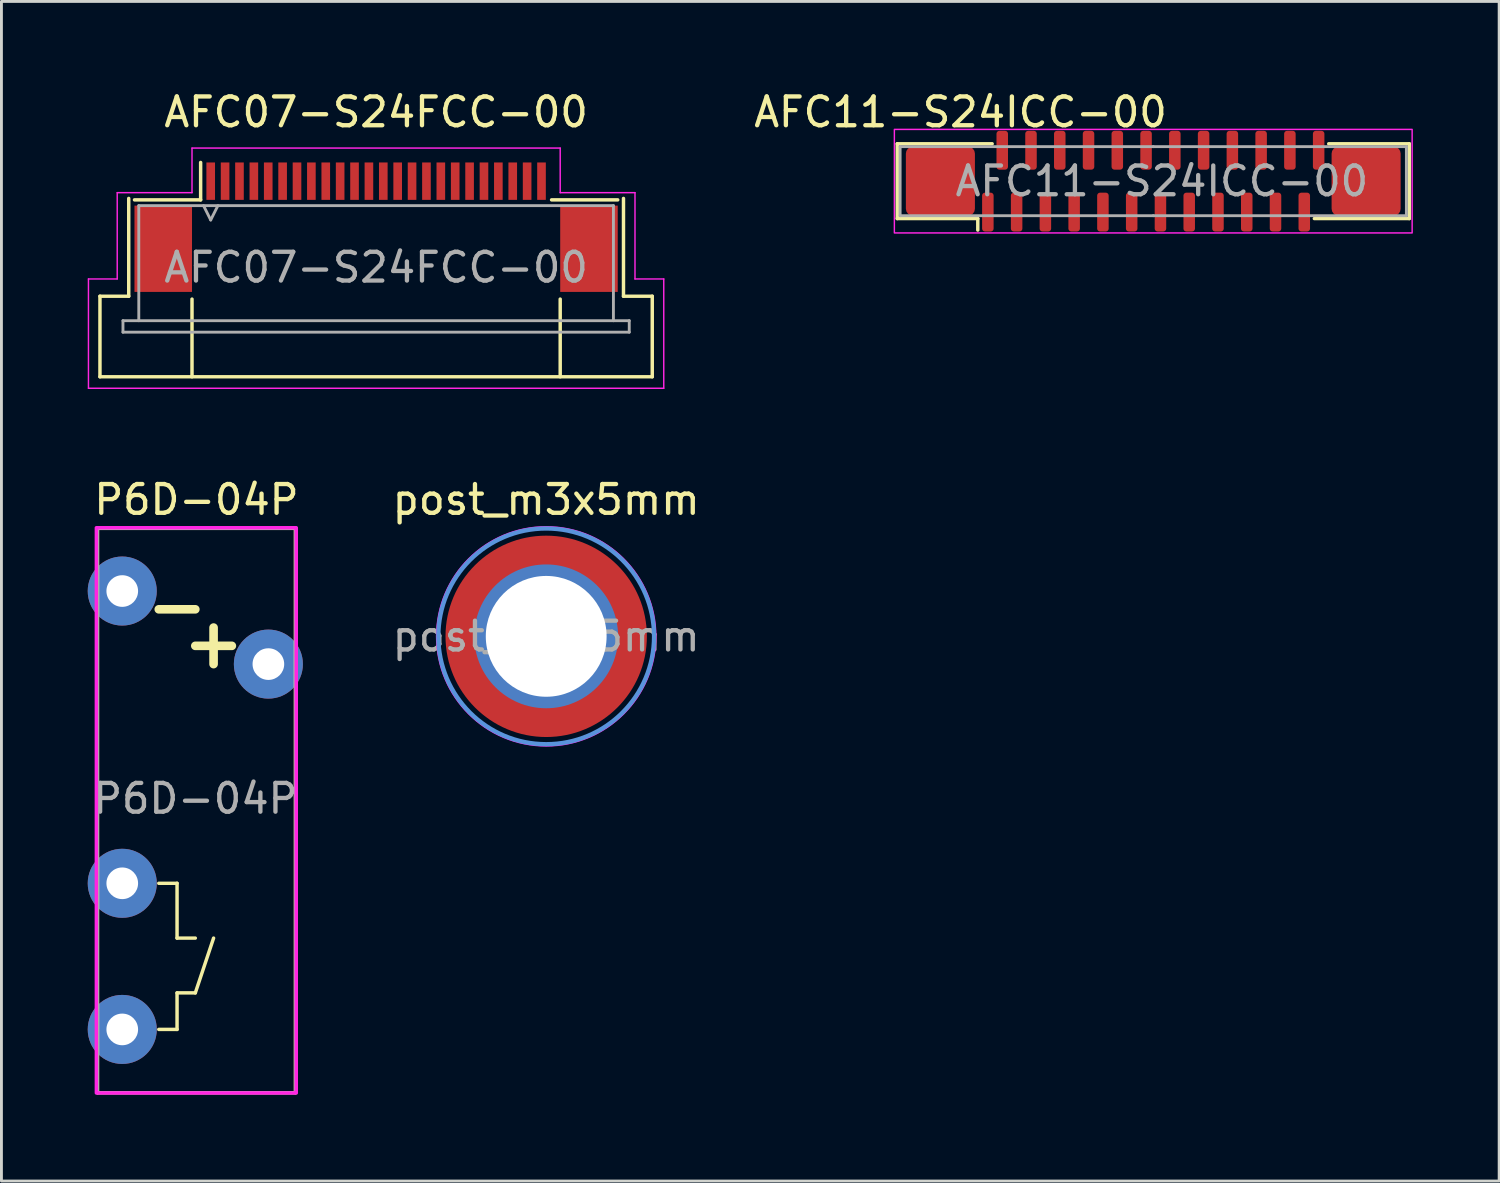
<source format=kicad_pcb>
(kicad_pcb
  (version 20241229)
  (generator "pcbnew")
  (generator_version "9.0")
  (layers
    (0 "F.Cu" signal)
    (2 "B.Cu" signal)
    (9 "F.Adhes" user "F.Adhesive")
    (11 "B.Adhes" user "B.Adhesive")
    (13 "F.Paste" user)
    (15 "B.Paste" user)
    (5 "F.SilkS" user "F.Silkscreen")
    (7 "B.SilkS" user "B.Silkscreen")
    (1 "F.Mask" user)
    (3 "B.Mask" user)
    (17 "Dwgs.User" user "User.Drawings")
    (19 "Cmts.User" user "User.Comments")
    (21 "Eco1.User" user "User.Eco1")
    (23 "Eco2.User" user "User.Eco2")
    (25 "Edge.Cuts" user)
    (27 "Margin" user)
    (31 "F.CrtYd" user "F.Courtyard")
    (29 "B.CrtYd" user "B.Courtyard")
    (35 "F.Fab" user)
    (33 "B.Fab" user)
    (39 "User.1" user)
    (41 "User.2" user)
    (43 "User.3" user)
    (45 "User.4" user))
  (footprint "P6D-04P"
    (layer "F.Cu")
    (at 1.2 17.497)
    (property "Reference" "P6D-04P" (at 2.58 -3.175 0) (unlocked yes) (layer "F.SilkS") (effects (font (size 1 1) (thickness 0.15))))
    (attr through_hole)
    (fp_line (start -0.86 -2.18) (end 6.02 -2.18) (stroke (width 0.12) (type solid)) (layer "F.SilkS"))
    (fp_line (start -0.86 17.44) (end -0.86 -2.18) (stroke (width 0.12) (type solid)) (layer "F.SilkS"))
    (fp_line (start 1.27 0.635) (end 2.54 0.635) (stroke (width 0.3) (type solid)) (layer "F.SilkS"))
    (fp_line (start 1.27 10.16) (end 1.905 10.16) (stroke (width 0.12) (type solid)) (layer "F.SilkS"))
    (fp_line (start 1.905 10.16) (end 1.905 12.065) (stroke (width 0.12) (type solid)) (layer "F.SilkS"))
    (fp_line (start 1.905 12.065) (end 2.54 12.065) (stroke (width 0.12) (type solid)) (layer "F.SilkS"))
    (fp_line (start 1.905 13.97) (end 1.905 15.24) (stroke (width 0.12) (type solid)) (layer "F.SilkS"))
    (fp_line (start 1.905 13.97) (end 2.54 13.97) (stroke (width 0.12) (type solid)) (layer "F.SilkS"))
    (fp_line (start 1.905 15.24) (end 1.27 15.24) (stroke (width 0.12) (type solid)) (layer "F.SilkS"))
    (fp_line (start 2.54 1.905) (end 3.81 1.905) (stroke (width 0.3) (type solid)) (layer "F.SilkS"))
    (fp_line (start 2.54 13.97) (end 3.175 12.065) (stroke (width 0.12) (type solid)) (layer "F.SilkS"))
    (fp_line (start 3.175 1.27) (end 3.175 2.54) (stroke (width 0.3) (type solid)) (layer "F.SilkS"))
    (fp_line (start 6.02 -2.18) (end 6.02 17.44) (stroke (width 0.12) (type solid)) (layer "F.SilkS"))
    (fp_line (start 6.02 17.44) (end -0.86 17.44) (stroke (width 0.12) (type solid)) (layer "F.SilkS"))
    (fp_rect (start 6.05 17.45) (end -0.9 -2.2) (stroke (width 0.12) (type solid)) (fill no) (layer "F.CrtYd"))
    (fp_line (start -0.86 -2.18) (end 6.02 -2.18) (stroke (width 0.1) (type solid)) (layer "F.Fab"))
    (fp_line (start -0.86 17.44) (end -0.86 -2.18) (stroke (width 0.1) (type solid)) (layer "F.Fab"))
    (fp_line (start 6.02 -2.18) (end 6.02 17.44) (stroke (width 0.1) (type solid)) (layer "F.Fab"))
    (fp_line (start 6.02 17.44) (end -0.86 17.44) (stroke (width 0.1) (type solid)) (layer "F.Fab"))
    (fp_text user "${REFERENCE}" (at 2.54 7.215 0) (unlocked yes) (layer "F.Fab") (effects (font (size 1 1) (thickness 0.15))))
    (pad "1" thru_hole circle (at 0 0) (size 2.4 2.4) (drill 1.1) (layers "*.Cu" "*.Mask"))
    (pad "5" thru_hole circle (at 0 10.16) (size 2.4 2.4) (drill 1.1) (layers "*.Cu" "*.Mask"))
    (pad "7" thru_hole circle (at 0 15.24) (size 2.4 2.4) (drill 1.1) (layers "*.Cu" "*.Mask"))
    (pad "13" thru_hole circle (at 5.08 2.54) (size 2.4 2.4) (drill 1.1) (layers "*.Cu" "*.Mask")))
  (footprint "AFC11-S24ICC-00"
    (layer "F.Cu")
    (at 37.042 3.248)
    (property "Reference" "AFC11-S24ICC-00" (at -6.7 -2.4 0) (unlocked yes) (layer "F.SilkS") (effects (font (size 1 1) (thickness 0.15))))
    (attr smd)
    (fp_line (start -8.9 -1.3) (end -5.6 -1.3) (stroke (width 0.12) (type solid)) (layer "F.SilkS"))
    (fp_line (start -8.9 1.3) (end -8.9 -1.3) (stroke (width 0.12) (type solid)) (layer "F.SilkS"))
    (fp_line (start -6.1 1.3) (end -8.9 1.3) (stroke (width 0.12) (type solid)) (layer "F.SilkS"))
    (fp_line (start -6.1 1.7) (end -6.1 1.3) (stroke (width 0.12) (type solid)) (layer "F.SilkS"))
    (fp_line (start 6.1 -1.3) (end 8.9 -1.3) (stroke (width 0.12) (type solid)) (layer "F.SilkS"))
    (fp_line (start 8.9 -1.3) (end 8.9 1.3) (stroke (width 0.12) (type solid)) (layer "F.SilkS"))
    (fp_line (start 8.9 1.3) (end 5.6 1.3) (stroke (width 0.12) (type solid)) (layer "F.SilkS"))
    (fp_rect (start -9 -1.8) (end 9 1.8) (stroke (width 0.05) (type solid)) (fill no) (layer "F.CrtYd"))
    (fp_line (start -8.8 -1.2) (end -8.8 1.2) (stroke (width 0.1) (type solid)) (layer "F.Fab"))
    (fp_line (start -8.8 1.2) (end 0 1.2) (stroke (width 0.1) (type solid)) (layer "F.Fab"))
    (fp_line (start 0 -1.2) (end -8.8 -1.2) (stroke (width 0.1) (type solid)) (layer "F.Fab"))
    (fp_line (start 0 1.2) (end 8.8 1.2) (stroke (width 0.1) (type solid)) (layer "F.Fab"))
    (fp_line (start 8.8 -1.2) (end 0 -1.2) (stroke (width 0.1) (type solid)) (layer "F.Fab"))
    (fp_line (start 8.8 1.2) (end 8.8 -1.2) (stroke (width 0.1) (type solid)) (layer "F.Fab"))
    (fp_text user "${REFERENCE}" (at 0.3 0 0) (unlocked yes) (layer "F.Fab") (effects (font (size 1 1) (thickness 0.15))))
    (pad "1" smd roundrect (at -5.75 1.075 180) (size 0.4 1.35) (layers "F.Cu" "F.Mask" "F.Paste") (roundrect_rratio 0.25))
    (pad "2" smd roundrect (at -5.25 -1.075 180) (size 0.4 1.35) (layers "F.Cu" "F.Mask" "F.Paste") (roundrect_rratio 0.25))
    (pad "3" smd roundrect (at -4.75 1.075 180) (size 0.4 1.35) (layers "F.Cu" "F.Mask" "F.Paste") (roundrect_rratio 0.25))
    (pad "4" smd roundrect (at -4.25 -1.075 180) (size 0.4 1.35) (layers "F.Cu" "F.Mask" "F.Paste") (roundrect_rratio 0.25))
    (pad "5" smd roundrect (at -3.75 1.075 180) (size 0.4 1.35) (layers "F.Cu" "F.Mask" "F.Paste") (roundrect_rratio 0.25))
    (pad "6" smd roundrect (at -3.25 -1.075 180) (size 0.4 1.35) (layers "F.Cu" "F.Mask" "F.Paste") (roundrect_rratio 0.25))
    (pad "7" smd roundrect (at -2.75 1.075 180) (size 0.4 1.35) (layers "F.Cu" "F.Mask" "F.Paste") (roundrect_rratio 0.25))
    (pad "8" smd roundrect (at -2.25 -1.075 180) (size 0.4 1.35) (layers "F.Cu" "F.Mask" "F.Paste") (roundrect_rratio 0.25))
    (pad "9" smd roundrect (at -1.75 1.075 180) (size 0.4 1.35) (layers "F.Cu" "F.Mask" "F.Paste") (roundrect_rratio 0.25))
    (pad "10" smd roundrect (at -1.25 -1.075 180) (size 0.4 1.35) (layers "F.Cu" "F.Mask" "F.Paste") (roundrect_rratio 0.25))
    (pad "11" smd roundrect (at -0.75 1.075 180) (size 0.4 1.35) (layers "F.Cu" "F.Mask" "F.Paste") (roundrect_rratio 0.25))
    (pad "12" smd roundrect (at -0.25 -1.075 180) (size 0.4 1.35) (layers "F.Cu" "F.Mask" "F.Paste") (roundrect_rratio 0.25))
    (pad "13" smd roundrect (at 0.25 1.075 180) (size 0.4 1.35) (layers "F.Cu" "F.Mask" "F.Paste") (roundrect_rratio 0.25))
    (pad "14" smd roundrect (at 0.75 -1.075 180) (size 0.4 1.35) (layers "F.Cu" "F.Mask" "F.Paste") (roundrect_rratio 0.25))
    (pad "15" smd roundrect (at 1.25 1.075 180) (size 0.4 1.35) (layers "F.Cu" "F.Mask" "F.Paste") (roundrect_rratio 0.25))
    (pad "16" smd roundrect (at 1.75 -1.075 180) (size 0.4 1.35) (layers "F.Cu" "F.Mask" "F.Paste") (roundrect_rratio 0.25))
    (pad "17" smd roundrect (at 2.25 1.075 180) (size 0.4 1.35) (layers "F.Cu" "F.Mask" "F.Paste") (roundrect_rratio 0.25))
    (pad "18" smd roundrect (at 2.75 -1.075 180) (size 0.4 1.35) (layers "F.Cu" "F.Mask" "F.Paste") (roundrect_rratio 0.25))
    (pad "19" smd roundrect (at 3.25 1.075 180) (size 0.4 1.35) (layers "F.Cu" "F.Mask" "F.Paste") (roundrect_rratio 0.25))
    (pad "20" smd roundrect (at 3.75 -1.075 180) (size 0.4 1.35) (layers "F.Cu" "F.Mask" "F.Paste") (roundrect_rratio 0.25))
    (pad "21" smd roundrect (at 4.25 1.075 180) (size 0.4 1.35) (layers "F.Cu" "F.Mask" "F.Paste") (roundrect_rratio 0.25))
    (pad "22" smd roundrect (at 4.75 -1.075 180) (size 0.4 1.35) (layers "F.Cu" "F.Mask" "F.Paste") (roundrect_rratio 0.25))
    (pad "23" smd roundrect (at 5.25 1.075 180) (size 0.4 1.35) (layers "F.Cu" "F.Mask" "F.Paste") (roundrect_rratio 0.25))
    (pad "24" smd roundrect (at 5.75 -1.075 180) (size 0.4 1.35) (layers "F.Cu" "F.Mask" "F.Paste") (roundrect_rratio 0.25))
    (pad "MP" smd roundrect (at -7.4 0 180) (size 2.4 2.4) (layers "F.Cu" "F.Mask" "F.Paste") (roundrect_rratio 0.1))
    (pad "MP" smd roundrect (at 7.4 0 180) (size 2.4 2.4) (layers "F.Cu" "F.Mask" "F.Paste") (roundrect_rratio 0.1)))
  (footprint "post_m3x5mm"
    (layer "F.Cu")
    (at 15.938 19.072)
    (property "Reference" "post_m3x5mm" (at 0 -4.75 0) (layer "F.SilkS") (effects (font (size 1 1) (thickness 0.15))))
    (attr exclude_from_pos_files exclude_from_bom)
    (fp_poly (pts (arc (start -2.2 0.2) (mid -1.614214 1.614214) (end -0.2 2.2)) (arc (start -0.2 3.4) (mid -2.462742 2.462742) (end -3.4 0.2))) (stroke (width 0.12) (type solid)) (fill yes) (layer "F.Paste"))
    (fp_poly (pts (arc (start -0.2 -2.2) (mid -1.614214 -1.614214) (end -2.2 -0.2)) (arc (start -3.4 -0.2) (mid -2.462742 -2.462742) (end -0.2 -3.4))) (stroke (width 0.12) (type solid)) (fill yes) (layer "F.Paste"))
    (fp_poly (pts (arc (start 0.2 2.2) (mid 1.614214 1.614214) (end 2.2 0.2)) (arc (start 3.4 0.2) (mid 2.462742 2.462742) (end 0.2 3.4))) (stroke (width 0.12) (type solid)) (fill yes) (layer "F.Paste"))
    (fp_poly (pts (arc (start 2.2 -0.2) (mid 1.614214 -1.614214) (end 0.2 -2.2)) (arc (start 0.2 -3.4) (mid 2.462742 -2.462742) (end 3.4 -0.2))) (stroke (width 0.12) (type solid)) (fill yes) (layer "F.Paste"))
    (fp_circle (center 0 0) (end 3.75 0) (stroke (width 0.15) (type solid)) (fill no) (layer "Cmts.User"))
    (fp_circle (center 0 0) (end 3.81 0) (stroke (width 0.05) (type solid)) (fill no) (layer "F.CrtYd"))
    (fp_text user "${REFERENCE}" (at 0 0 0) (layer "F.Fab") (effects (font (size 1 1) (thickness 0.15))))
    (pad "1" thru_hole circle (at 0 0) (size 5 5) (drill 4.2) (layers "*.Cu" "*.Mask"))
    (pad "1" smd circle (at 0 0) (size 7 7) (layers "F.Cu" "F.Mask")))
  (footprint "AFC07-S24FCC-00"
    (layer "F.Cu")
    (at 10.025 4.348)
    (property "Reference" "AFC07-S24FCC-00" (at 0 -3.5 0) (layer "F.SilkS") (effects (font (size 1 1) (thickness 0.15))))
    (attr smd)
    (fp_line (start -9.6 2.9) (end -9.6 5.7) (stroke (width 0.12) (type solid)) (layer "F.SilkS"))
    (fp_line (start -9.6 2.9) (end -8.6 2.9) (stroke (width 0.12) (type solid)) (layer "F.SilkS"))
    (fp_line (start -8.6 -0.5) (end -8.6 2.9) (stroke (width 0.12) (type solid)) (layer "F.SilkS"))
    (fp_line (start -6.4 3) (end -6.4 5.7) (stroke (width 0.12) (type solid)) (layer "F.SilkS"))
    (fp_line (start -6.1 -0.45) (end -8.4 -0.45) (stroke (width 0.12) (type solid)) (layer "F.SilkS"))
    (fp_line (start -6.1 -0.45) (end -6.1 -1.75) (stroke (width 0.12) (type solid)) (layer "F.SilkS"))
    (fp_line (start 6.1 -0.45) (end 8.4 -0.45) (stroke (width 0.12) (type solid)) (layer "F.SilkS"))
    (fp_line (start 6.4 3) (end 6.4 5.7) (stroke (width 0.12) (type solid)) (layer "F.SilkS"))
    (fp_line (start 8.6 -0.5) (end 8.6 2.9) (stroke (width 0.12) (type solid)) (layer "F.SilkS"))
    (fp_line (start 8.6 2.9) (end 9.6 2.9) (stroke (width 0.12) (type solid)) (layer "F.SilkS"))
    (fp_line (start 9.6 2.9) (end 9.6 5.7) (stroke (width 0.12) (type solid)) (layer "F.SilkS"))
    (fp_line (start 9.6 5.7) (end -9.6 5.7) (stroke (width 0.12) (type solid)) (layer "F.SilkS"))
    (fp_line (start -10 2.3) (end -10 6.1) (stroke (width 0.05) (type solid)) (layer "F.CrtYd"))
    (fp_line (start -10 6.1) (end 10 6.1) (stroke (width 0.05) (type solid)) (layer "F.CrtYd"))
    (fp_line (start -9 -0.7) (end -9 2.3) (stroke (width 0.05) (type solid)) (layer "F.CrtYd"))
    (fp_line (start -9 2.3) (end -10 2.3) (stroke (width 0.05) (type solid)) (layer "F.CrtYd"))
    (fp_line (start -6.4 -2.25) (end -6.4 -0.7) (stroke (width 0.05) (type solid)) (layer "F.CrtYd"))
    (fp_line (start -6.4 -0.7) (end -9 -0.7) (stroke (width 0.05) (type solid)) (layer "F.CrtYd"))
    (fp_line (start 6.4 -2.25) (end -6.4 -2.25) (stroke (width 0.05) (type solid)) (layer "F.CrtYd"))
    (fp_line (start 6.4 -0.7) (end 6.4 -2.25) (stroke (width 0.05) (type solid)) (layer "F.CrtYd"))
    (fp_line (start 9 -0.7) (end 6.4 -0.7) (stroke (width 0.05) (type solid)) (layer "F.CrtYd"))
    (fp_line (start 9 2.3) (end 9 -0.7) (stroke (width 0.05) (type solid)) (layer "F.CrtYd"))
    (fp_line (start 10 2.3) (end 9 2.3) (stroke (width 0.05) (type solid)) (layer "F.CrtYd"))
    (fp_line (start 10 6.1) (end 10 2.3) (stroke (width 0.05) (type solid)) (layer "F.CrtYd"))
    (fp_line (start -8.8 3.75) (end -8.8 4.15) (stroke (width 0.1) (type solid)) (layer "F.Fab"))
    (fp_line (start -8.8 4.15) (end 8.8 4.15) (stroke (width 0.1) (type solid)) (layer "F.Fab"))
    (fp_line (start -8.25 -0.25) (end 8.25 -0.25) (stroke (width 0.1) (type solid)) (layer "F.Fab"))
    (fp_line (start -8.25 3.75) (end -8.8 3.75) (stroke (width 0.1) (type solid)) (layer "F.Fab"))
    (fp_line (start -8.25 3.75) (end -8.25 -0.25) (stroke (width 0.1) (type solid)) (layer "F.Fab"))
    (fp_line (start -6 -0.25) (end -5.75 0.25) (stroke (width 0.1) (type solid)) (layer "F.Fab"))
    (fp_line (start -5.75 0.25) (end -5.5 -0.25) (stroke (width 0.1) (type solid)) (layer "F.Fab"))
    (fp_line (start 8.25 3.75) (end -8.25 3.75) (stroke (width 0.1) (type solid)) (layer "F.Fab"))
    (fp_line (start 8.25 3.75) (end 8.25 -0.25) (stroke (width 0.1) (type solid)) (layer "F.Fab"))
    (fp_line (start 8.8 3.75) (end 8.25 3.75) (stroke (width 0.1) (type solid)) (layer "F.Fab"))
    (fp_line (start 8.8 4.15) (end 8.8 3.75) (stroke (width 0.1) (type solid)) (layer "F.Fab"))
    (fp_text user "${REFERENCE}" (at 0 1.9 0) (unlocked yes) (layer "F.Fab") (effects (font (size 1 1) (thickness 0.15))))
    (pad "1" smd rect (at -5.75 -1.1) (size 0.3 1.3) (layers "F.Cu" "F.Mask" "F.Paste"))
    (pad "2" smd rect (at -5.25 -1.1) (size 0.3 1.3) (layers "F.Cu" "F.Mask" "F.Paste"))
    (pad "3" smd rect (at -4.75 -1.1) (size 0.3 1.3) (layers "F.Cu" "F.Mask" "F.Paste"))
    (pad "4" smd rect (at -4.25 -1.1) (size 0.3 1.3) (layers "F.Cu" "F.Mask" "F.Paste"))
    (pad "5" smd rect (at -3.75 -1.1) (size 0.3 1.3) (layers "F.Cu" "F.Mask" "F.Paste"))
    (pad "6" smd rect (at -3.25 -1.1) (size 0.3 1.3) (layers "F.Cu" "F.Mask" "F.Paste"))
    (pad "7" smd rect (at -2.75 -1.1) (size 0.3 1.3) (layers "F.Cu" "F.Mask" "F.Paste"))
    (pad "8" smd rect (at -2.25 -1.1) (size 0.3 1.3) (layers "F.Cu" "F.Mask" "F.Paste"))
    (pad "9" smd rect (at -1.75 -1.1) (size 0.3 1.3) (layers "F.Cu" "F.Mask" "F.Paste"))
    (pad "10" smd rect (at -1.25 -1.1) (size 0.3 1.3) (layers "F.Cu" "F.Mask" "F.Paste"))
    (pad "11" smd rect (at -0.75 -1.1) (size 0.3 1.3) (layers "F.Cu" "F.Mask" "F.Paste"))
    (pad "12" smd rect (at -0.25 -1.1) (size 0.3 1.3) (layers "F.Cu" "F.Mask" "F.Paste"))
    (pad "13" smd rect (at 0.25 -1.1) (size 0.3 1.3) (layers "F.Cu" "F.Mask" "F.Paste"))
    (pad "14" smd rect (at 0.75 -1.1) (size 0.3 1.3) (layers "F.Cu" "F.Mask" "F.Paste"))
    (pad "15" smd rect (at 1.25 -1.1) (size 0.3 1.3) (layers "F.Cu" "F.Mask" "F.Paste"))
    (pad "16" smd rect (at 1.75 -1.1) (size 0.3 1.3) (layers "F.Cu" "F.Mask" "F.Paste"))
    (pad "17" smd rect (at 2.25 -1.1) (size 0.3 1.3) (layers "F.Cu" "F.Mask" "F.Paste"))
    (pad "18" smd rect (at 2.75 -1.1) (size 0.3 1.3) (layers "F.Cu" "F.Mask" "F.Paste"))
    (pad "19" smd rect (at 3.25 -1.1) (size 0.3 1.3) (layers "F.Cu" "F.Mask" "F.Paste"))
    (pad "20" smd rect (at 3.75 -1.1) (size 0.3 1.3) (layers "F.Cu" "F.Mask" "F.Paste"))
    (pad "21" smd rect (at 4.25 -1.1) (size 0.3 1.3) (layers "F.Cu" "F.Mask" "F.Paste"))
    (pad "22" smd rect (at 4.75 -1.1) (size 0.3 1.3) (layers "F.Cu" "F.Mask" "F.Paste"))
    (pad "23" smd rect (at 5.25 -1.1) (size 0.3 1.3) (layers "F.Cu" "F.Mask" "F.Paste"))
    (pad "24" smd rect (at 5.75 -1.1) (size 0.3 1.3) (layers "F.Cu" "F.Mask" "F.Paste"))
    (pad "MP" smd rect (at -7.4 1.25) (size 2 3) (layers "F.Cu" "F.Mask" "F.Paste"))
    (pad "MP" smd rect (at 7.4 1.25) (size 2 3) (layers "F.Cu" "F.Mask" "F.Paste")))
  (gr_rect
    (start -3 -3)
    (end 49.067 38.007)
    (stroke (width 0.1) (type default))
    (fill no)
    (layer "Edge.Cuts")))
</source>
